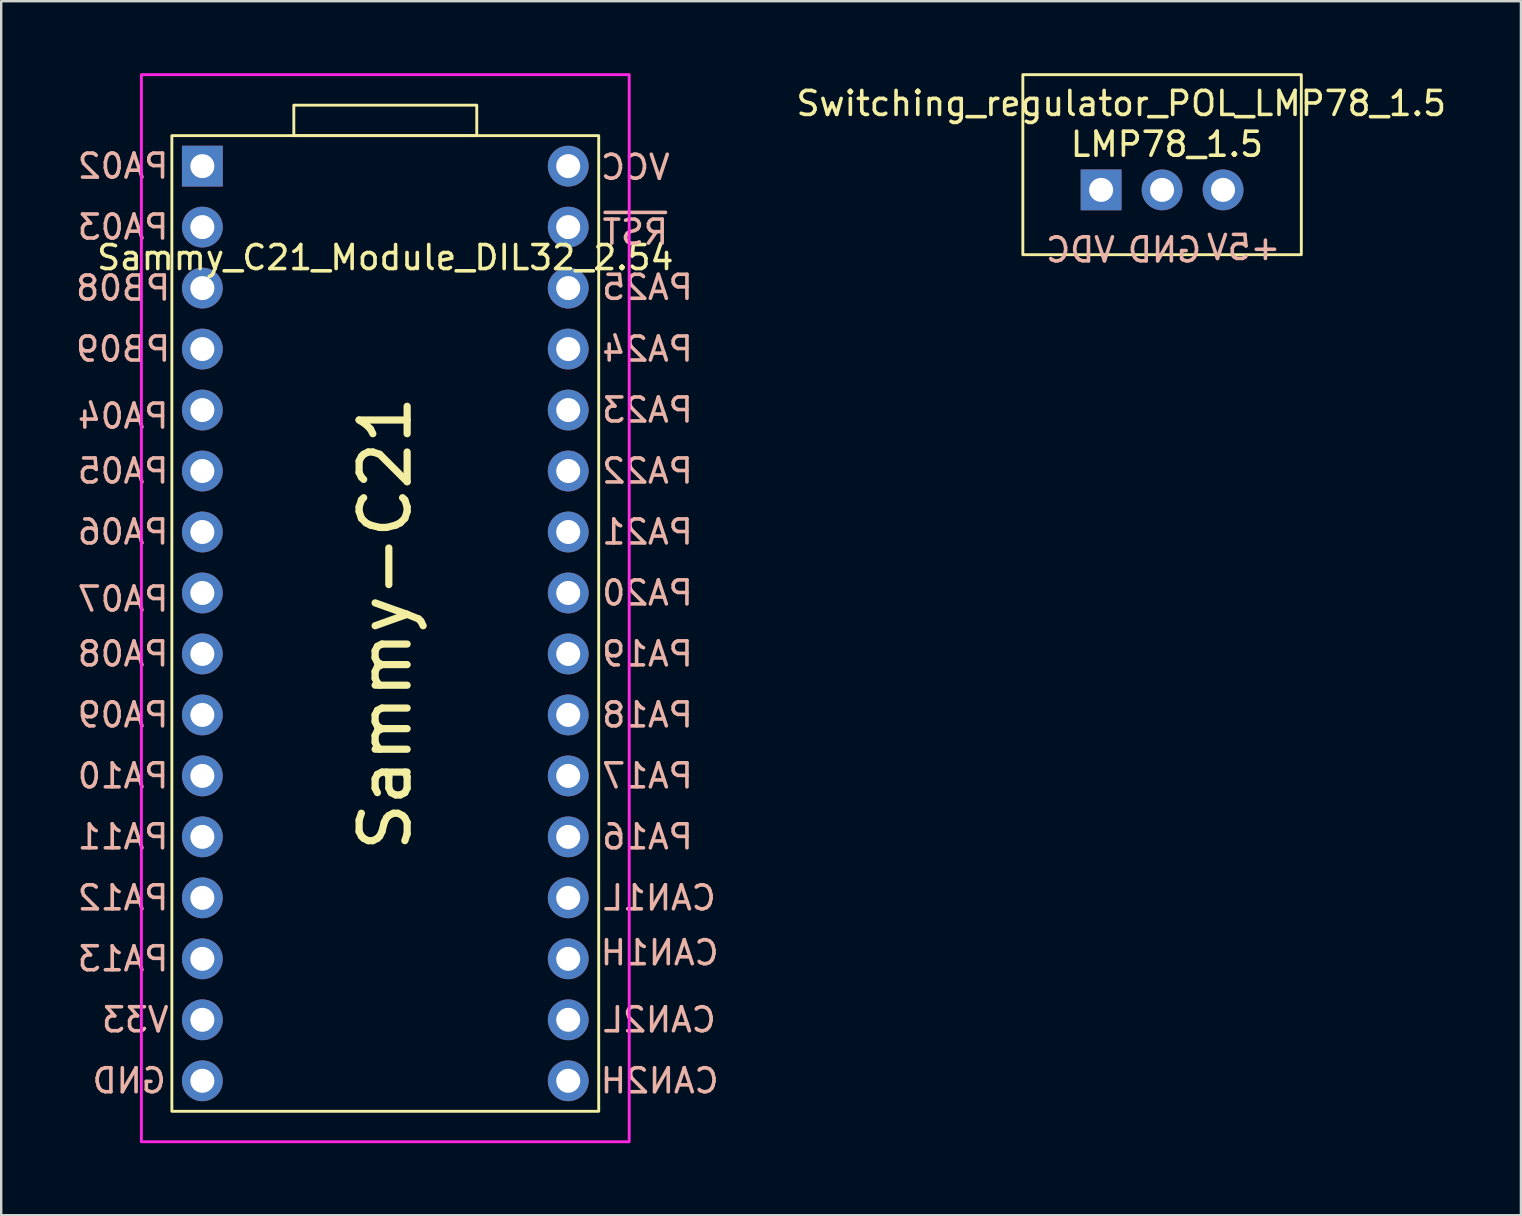
<source format=kicad_pcb>
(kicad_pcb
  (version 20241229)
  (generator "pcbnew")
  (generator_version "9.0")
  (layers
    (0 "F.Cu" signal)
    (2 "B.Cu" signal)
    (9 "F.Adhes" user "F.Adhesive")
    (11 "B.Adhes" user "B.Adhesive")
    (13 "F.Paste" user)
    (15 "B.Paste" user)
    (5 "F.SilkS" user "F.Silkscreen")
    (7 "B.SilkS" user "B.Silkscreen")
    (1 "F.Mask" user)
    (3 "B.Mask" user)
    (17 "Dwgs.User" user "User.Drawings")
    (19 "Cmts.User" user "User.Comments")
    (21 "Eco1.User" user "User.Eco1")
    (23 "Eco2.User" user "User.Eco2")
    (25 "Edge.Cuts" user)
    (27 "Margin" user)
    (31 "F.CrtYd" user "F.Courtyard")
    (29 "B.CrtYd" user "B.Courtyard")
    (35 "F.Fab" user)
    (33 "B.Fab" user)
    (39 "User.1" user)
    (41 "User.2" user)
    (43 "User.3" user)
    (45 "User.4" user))
  (footprint "Switching_regulator_POL_LMP78_1.5"
    (layer "F.Cu")
    (at 45.356 4.86)
    (property "Reference" "Switching_regulator_POL_LMP78_1.5" (at -1.7 -3.6 0) (unlocked yes) (layer "F.SilkS") (effects (font (size 1 1) (thickness 0.15))))
    (attr through_hole)
    (fp_rect (start -5.8 2.7) (end 5.8 -4.8) (stroke (width 0.12) (type solid)) (fill no) (layer "F.SilkS"))
    (fp_text user "LMP78_1.5" (at 0.2 -1.9 0) (unlocked yes) (layer "F.SilkS") (effects (font (size 1 1) (thickness 0.15))))
    (fp_text user "GND" (at 0.1 2.5 0) (unlocked yes) (layer "B.SilkS") (effects (font (size 1 1) (thickness 0.15)) (justify mirror)))
    (fp_text user "VDC" (at -3.4 2.5 0) (unlocked yes) (layer "B.SilkS") (effects (font (size 1 1) (thickness 0.15)) (justify mirror)))
    (fp_text user "+5V" (at 3.4 2.4 0) (unlocked yes) (layer "B.SilkS") (effects (font (size 1 1) (thickness 0.15)) (justify mirror)))
    (pad "1" thru_hole rect (at -2.54 0) (size 1.7 1.7) (drill 1) (layers "*.Cu" "*.Mask"))
    (pad "2" thru_hole circle (at 0 0) (size 1.7 1.7) (drill 1) (layers "*.Cu" "*.Mask"))
    (pad "3" thru_hole circle (at 2.54 0) (size 1.7 1.7) (drill 1) (layers "*.Cu" "*.Mask")))
  (footprint "Sammy_C21_Module_DIL32_2.54"
    (layer "F.Cu")
    (at 12.999 22.92)
    (property "Reference" "Sammy_C21_Module_DIL32_2.54" (at 0 -15.24 0) (unlocked yes) (layer "F.SilkS") (effects (font (size 1 1) (thickness 0.15))))
    (attr through_hole)
    (fp_rect (start -8.89 -20.32) (end 8.89 20.32) (stroke (width 0.12) (type solid)) (fill no) (layer "F.SilkS"))
    (fp_rect (start -3.81 -21.59) (end 3.81 -20.32) (stroke (width 0.12) (type solid)) (fill no) (layer "F.SilkS"))
    (fp_rect (start -10.16 -22.86) (end 10.16 21.59) (stroke (width 0.12) (type solid)) (fill no) (layer "F.CrtYd"))
    (fp_text user "Sammy-C21" (at 0 0 90) (unlocked yes) (layer "F.SilkS") (effects (font (size 2 2) (thickness 0.3))))
    (fp_text user "PA08" (at -10.922 1.27 0) (unlocked yes) (layer "B.SilkS") (effects (font (size 1 1) (thickness 0.15)) (justify mirror)))
    (fp_text user "PB09" (at -10.922 -11.43 0) (unlocked yes) (layer "B.SilkS") (effects (font (size 1 1) (thickness 0.15)) (justify mirror)))
    (fp_text user "PA16" (at 10.922 8.89 0) (unlocked yes) (layer "B.SilkS") (effects (font (size 1 1) (thickness 0.15)) (justify mirror)))
    (fp_text user "PA10" (at -10.922 6.35 0) (unlocked yes) (layer "B.SilkS") (effects (font (size 1 1) (thickness 0.15)) (justify mirror)))
    (fp_text user "PA22" (at 10.922 -6.35 0) (unlocked yes) (layer "B.SilkS") (effects (font (size 1 1) (thickness 0.15)) (justify mirror)))
    (fp_text user "V33" (at -10.414 16.51 0) (unlocked yes) (layer "B.SilkS") (effects (font (size 1 1) (thickness 0.15)) (justify mirror)))
    (fp_text user "PA19" (at 10.922 1.27 0) (unlocked yes) (layer "B.SilkS") (effects (font (size 1 1) (thickness 0.15)) (justify mirror)))
    (fp_text user "PB08" (at -10.922 -13.97 0) (unlocked yes) (layer "B.SilkS") (effects (font (size 1 1) (thickness 0.15)) (justify mirror)))
    (fp_text user "PA07" (at -10.922 -1.016 0) (unlocked yes) (layer "B.SilkS") (effects (font (size 1 1) (thickness 0.15)) (justify mirror)))
    (fp_text user "VCC" (at 10.414 -19 0) (unlocked yes) (layer "B.SilkS") (effects (font (size 1 1) (thickness 0.15)) (justify mirror)))
    (fp_text user "CAN2H" (at 11.43 19.05 0) (unlocked yes) (layer "B.SilkS") (effects (font (size 1 1) (thickness 0.15)) (justify mirror)))
    (fp_text user "~{RST}" (at 10.414 -16.3 0) (unlocked yes) (layer "B.SilkS") (effects (font (size 1 1) (thickness 0.15)) (justify mirror)))
    (fp_text user "CAN1H" (at 11.43 13.716 0) (unlocked yes) (layer "B.SilkS") (effects (font (size 1 1) (thickness 0.15)) (justify mirror)))
    (fp_text user "PA03" (at -10.922 -16.51 0) (unlocked yes) (layer "B.SilkS") (effects (font (size 1 1) (thickness 0.15)) (justify mirror)))
    (fp_text user "PA25" (at 10.922 -14 0) (unlocked yes) (layer "B.SilkS") (effects (font (size 1 1) (thickness 0.15)) (justify mirror)))
    (fp_text user "PA06" (at -10.922 -3.81 0) (unlocked yes) (layer "B.SilkS") (effects (font (size 1 1) (thickness 0.15)) (justify mirror)))
    (fp_text user "PA11" (at -10.922 8.89 0) (unlocked yes) (layer "B.SilkS") (effects (font (size 1 1) (thickness 0.15)) (justify mirror)))
    (fp_text user "PA12" (at -10.922 11.43 0) (unlocked yes) (layer "B.SilkS") (effects (font (size 1 1) (thickness 0.15)) (justify mirror)))
    (fp_text user "PA21" (at 10.922 -3.81 0) (unlocked yes) (layer "B.SilkS") (effects (font (size 1 1) (thickness 0.15)) (justify mirror)))
    (fp_text user "PA18" (at 10.922 3.81 0) (unlocked yes) (layer "B.SilkS") (effects (font (size 1 1) (thickness 0.15)) (justify mirror)))
    (fp_text user "PA05" (at -10.922 -6.35 0) (unlocked yes) (layer "B.SilkS") (effects (font (size 1 1) (thickness 0.15)) (justify mirror)))
    (fp_text user "CAN1L" (at 11.43 11.43 0) (unlocked yes) (layer "B.SilkS") (effects (font (size 1 1) (thickness 0.15)) (justify mirror)))
    (fp_text user "GND" (at -10.668 19.05 0) (unlocked yes) (layer "B.SilkS") (effects (font (size 1 1) (thickness 0.15)) (justify mirror)))
    (fp_text user "PA23" (at 10.922 -8.89 0) (unlocked yes) (layer "B.SilkS") (effects (font (size 1 1) (thickness 0.15)) (justify mirror)))
    (fp_text user "PA20" (at 10.922 -1.27 0) (unlocked yes) (layer "B.SilkS") (effects (font (size 1 1) (thickness 0.15)) (justify mirror)))
    (fp_text user "PA13" (at -10.922 13.97 0) (unlocked yes) (layer "B.SilkS") (effects (font (size 1 1) (thickness 0.15)) (justify mirror)))
    (fp_text user "CAN2L" (at 11.43 16.51 0) (unlocked yes) (layer "B.SilkS") (effects (font (size 1 1) (thickness 0.15)) (justify mirror)))
    (fp_text user "PA24" (at 10.922 -11.43 0) (unlocked yes) (layer "B.SilkS") (effects (font (size 1 1) (thickness 0.15)) (justify mirror)))
    (fp_text user "PA09" (at -10.922 3.81 0) (unlocked yes) (layer "B.SilkS") (effects (font (size 1 1) (thickness 0.15)) (justify mirror)))
    (fp_text user "PA02" (at -10.922 -19.05 0) (unlocked yes) (layer "B.SilkS") (effects (font (size 1 1) (thickness 0.15)) (justify mirror)))
    (fp_text user "PA17" (at 10.922 6.35 0) (unlocked yes) (layer "B.SilkS") (effects (font (size 1 1) (thickness 0.15)) (justify mirror)))
    (fp_text user "PA04" (at -10.922 -8.636 0) (unlocked yes) (layer "B.SilkS") (effects (font (size 1 1) (thickness 0.15)) (justify mirror)))
    (pad "1" thru_hole rect (at -7.62 -19.05) (size 1.7 1.7) (drill 1) (layers "*.Cu" "*.Mask") (remove_unused_layers yes) (keep_end_layers yes) (zone_layer_connections))
    (pad "2" thru_hole circle (at -7.62 -16.51) (size 1.7 1.7) (drill 1) (layers "*.Cu" "*.Mask"))
    (pad "3" thru_hole circle (at -7.62 -13.97) (size 1.7 1.7) (drill 1) (layers "*.Cu" "*.Mask"))
    (pad "4" thru_hole circle (at -7.62 -11.43) (size 1.7 1.7) (drill 1) (layers "*.Cu" "*.Mask"))
    (pad "5" thru_hole circle (at -7.62 -8.89) (size 1.7 1.7) (drill 1) (layers "*.Cu" "*.Mask"))
    (pad "6" thru_hole circle (at -7.62 -6.35) (size 1.7 1.7) (drill 1) (layers "*.Cu" "*.Mask"))
    (pad "7" thru_hole circle (at -7.62 -3.81) (size 1.7 1.7) (drill 1) (layers "*.Cu" "*.Mask"))
    (pad "8" thru_hole circle (at -7.62 -1.27) (size 1.7 1.7) (drill 1) (layers "*.Cu" "*.Mask"))
    (pad "9" thru_hole circle (at -7.62 1.27) (size 1.7 1.7) (drill 1) (layers "*.Cu" "*.Mask"))
    (pad "10" thru_hole circle (at -7.62 3.81) (size 1.7 1.7) (drill 1) (layers "*.Cu" "*.Mask"))
    (pad "11" thru_hole circle (at -7.62 6.35) (size 1.7 1.7) (drill 1) (layers "*.Cu" "*.Mask"))
    (pad "12" thru_hole circle (at -7.62 8.89) (size 1.7 1.7) (drill 1) (layers "*.Cu" "*.Mask"))
    (pad "13" thru_hole circle (at -7.62 11.43) (size 1.7 1.7) (drill 1) (layers "*.Cu" "*.Mask"))
    (pad "14" thru_hole circle (at -7.62 13.97) (size 1.7 1.7) (drill 1) (layers "*.Cu" "*.Mask"))
    (pad "15" thru_hole circle (at -7.62 16.51) (size 1.7 1.7) (drill 1) (layers "*.Cu" "*.Mask"))
    (pad "16" thru_hole circle (at -7.62 19.05) (size 1.7 1.7) (drill 1) (layers "*.Cu" "*.Mask"))
    (pad "17" thru_hole circle (at 7.62 19.05) (size 1.7 1.7) (drill 1) (layers "*.Cu" "*.Mask"))
    (pad "18" thru_hole circle (at 7.62 16.51) (size 1.7 1.7) (drill 1) (layers "*.Cu" "*.Mask"))
    (pad "19" thru_hole circle (at 7.62 13.97) (size 1.7 1.7) (drill 1) (layers "*.Cu" "*.Mask"))
    (pad "20" thru_hole circle (at 7.62 11.43) (size 1.7 1.7) (drill 1) (layers "*.Cu" "*.Mask"))
    (pad "21" thru_hole circle (at 7.62 8.89) (size 1.7 1.7) (drill 1) (layers "*.Cu" "*.Mask"))
    (pad "22" thru_hole circle (at 7.62 6.35) (size 1.7 1.7) (drill 1) (layers "*.Cu" "*.Mask"))
    (pad "23" thru_hole circle (at 7.62 3.81) (size 1.7 1.7) (drill 1) (layers "*.Cu" "*.Mask"))
    (pad "24" thru_hole circle (at 7.62 1.27) (size 1.7 1.7) (drill 1) (layers "*.Cu" "*.Mask"))
    (pad "25" thru_hole circle (at 7.62 -1.27) (size 1.7 1.7) (drill 1) (layers "*.Cu" "*.Mask"))
    (pad "26" thru_hole circle (at 7.62 -3.81) (size 1.7 1.7) (drill 1) (layers "*.Cu" "*.Mask"))
    (pad "27" thru_hole circle (at 7.62 -6.35) (size 1.7 1.7) (drill 1) (layers "*.Cu" "*.Mask"))
    (pad "28" thru_hole circle (at 7.62 -8.89) (size 1.7 1.7) (drill 1) (layers "*.Cu" "*.Mask"))
    (pad "29" thru_hole circle (at 7.62 -11.43) (size 1.7 1.7) (drill 1) (layers "*.Cu" "*.Mask"))
    (pad "30" thru_hole circle (at 7.62 -13.97) (size 1.7 1.7) (drill 1) (layers "*.Cu" "*.Mask"))
    (pad "31" thru_hole circle (at 7.62 -16.51) (size 1.7 1.7) (drill 1) (layers "*.Cu" "*.Mask"))
    (pad "32" thru_hole circle (at 7.62 -19.05) (size 1.7 1.7) (drill 1) (layers "*.Cu" "*.Mask")))
  (gr_rect
    (start -3 -3)
    (end 60.304 47.57)
    (stroke (width 0.1) (type default))
    (fill no)
    (layer "Edge.Cuts")))
</source>
